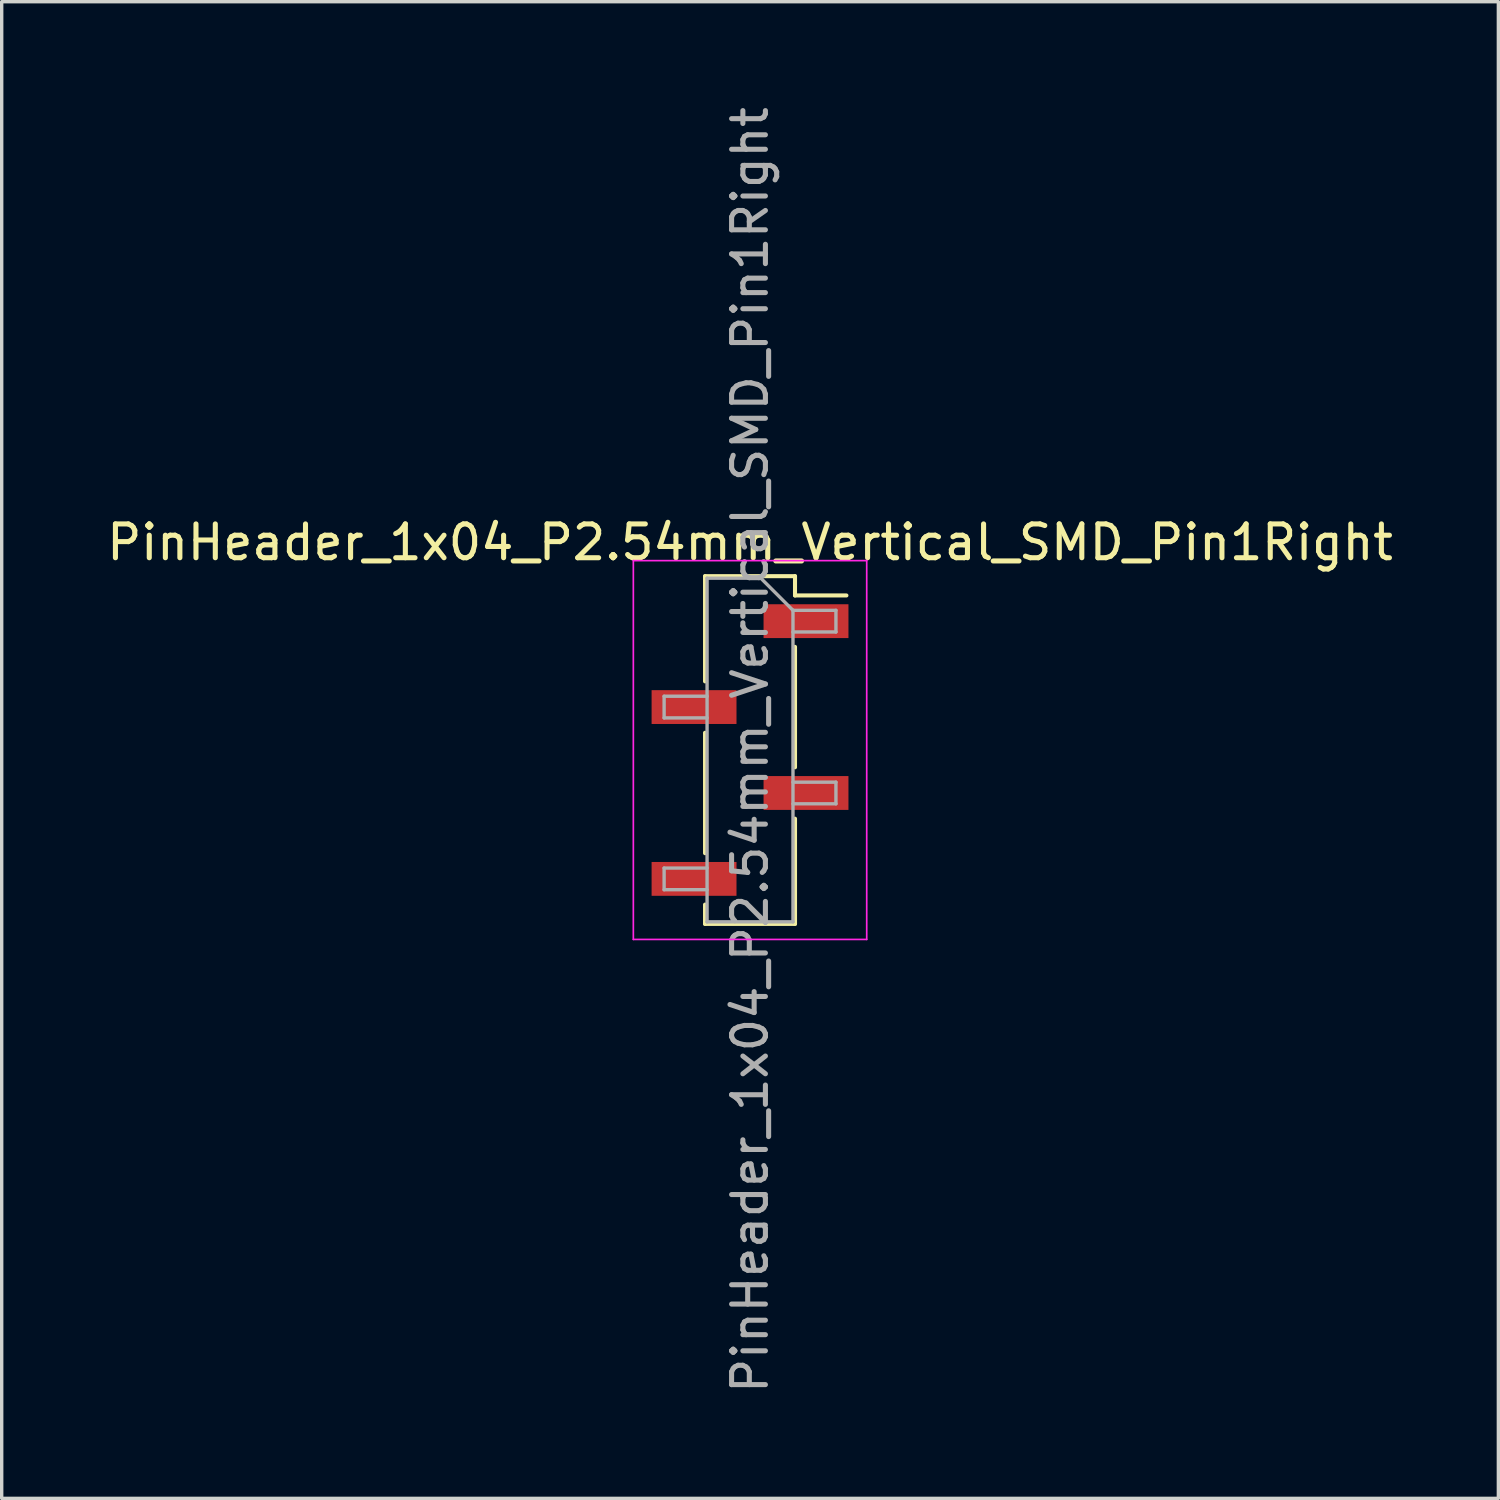
<source format=kicad_pcb>
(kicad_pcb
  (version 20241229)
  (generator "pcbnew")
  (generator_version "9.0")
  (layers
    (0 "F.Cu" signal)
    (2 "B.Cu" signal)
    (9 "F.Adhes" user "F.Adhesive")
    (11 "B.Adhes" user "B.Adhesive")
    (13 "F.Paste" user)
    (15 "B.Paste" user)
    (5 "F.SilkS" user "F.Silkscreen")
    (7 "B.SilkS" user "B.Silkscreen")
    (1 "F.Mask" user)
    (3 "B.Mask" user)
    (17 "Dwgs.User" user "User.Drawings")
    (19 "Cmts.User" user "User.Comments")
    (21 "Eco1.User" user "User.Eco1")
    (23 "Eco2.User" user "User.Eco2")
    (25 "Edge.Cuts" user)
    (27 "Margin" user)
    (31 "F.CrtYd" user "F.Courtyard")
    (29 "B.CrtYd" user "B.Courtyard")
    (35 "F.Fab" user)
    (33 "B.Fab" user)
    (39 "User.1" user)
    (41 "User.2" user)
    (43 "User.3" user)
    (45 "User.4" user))
  (footprint "PinHeader_1x04_P2.54mm_Vertical_SMD_Pin1Right"
    (layer "F.Cu")
    (at 19.125 19.125)
    (property "Reference" "PinHeader_1x04_P2.54mm_Vertical_SMD_Pin1Right" (at 0 -6.14 0) (layer "F.SilkS") (effects (font (size 1 1) (thickness 0.15))))
    (attr smd)
    (fp_line (start -1.33 -5.14) (end -1.33 -2.03) (stroke (width 0.12) (type solid)) (layer "F.SilkS"))
    (fp_line (start -1.33 -5.14) (end 1.33 -5.14) (stroke (width 0.12) (type solid)) (layer "F.SilkS"))
    (fp_line (start -1.33 -0.51) (end -1.33 3.05) (stroke (width 0.12) (type solid)) (layer "F.SilkS"))
    (fp_line (start -1.33 4.57) (end -1.33 5.14) (stroke (width 0.12) (type solid)) (layer "F.SilkS"))
    (fp_line (start -1.33 5.14) (end 1.33 5.14) (stroke (width 0.12) (type solid)) (layer "F.SilkS"))
    (fp_line (start 1.33 -5.14) (end 1.33 -4.57) (stroke (width 0.12) (type solid)) (layer "F.SilkS"))
    (fp_line (start 1.33 -4.57) (end 2.85 -4.57) (stroke (width 0.12) (type solid)) (layer "F.SilkS"))
    (fp_line (start 1.33 -3.05) (end 1.33 0.51) (stroke (width 0.12) (type solid)) (layer "F.SilkS"))
    (fp_line (start 1.33 2.03) (end 1.33 5.14) (stroke (width 0.12) (type solid)) (layer "F.SilkS"))
    (fp_line (start -3.45 -5.6) (end -3.45 5.6) (stroke (width 0.05) (type solid)) (layer "F.CrtYd"))
    (fp_line (start -3.45 5.6) (end 3.45 5.6) (stroke (width 0.05) (type solid)) (layer "F.CrtYd"))
    (fp_line (start 3.45 -5.6) (end -3.45 -5.6) (stroke (width 0.05) (type solid)) (layer "F.CrtYd"))
    (fp_line (start 3.45 5.6) (end 3.45 -5.6) (stroke (width 0.05) (type solid)) (layer "F.CrtYd"))
    (fp_line (start -2.54 -1.59) (end -2.54 -0.95) (stroke (width 0.1) (type solid)) (layer "F.Fab"))
    (fp_line (start -2.54 -0.95) (end -1.27 -0.95) (stroke (width 0.1) (type solid)) (layer "F.Fab"))
    (fp_line (start -2.54 3.49) (end -2.54 4.13) (stroke (width 0.1) (type solid)) (layer "F.Fab"))
    (fp_line (start -2.54 4.13) (end -1.27 4.13) (stroke (width 0.1) (type solid)) (layer "F.Fab"))
    (fp_line (start -1.27 -5.08) (end -1.27 5.08) (stroke (width 0.1) (type solid)) (layer "F.Fab"))
    (fp_line (start -1.27 -5.08) (end 0.32 -5.08) (stroke (width 0.1) (type solid)) (layer "F.Fab"))
    (fp_line (start -1.27 -1.59) (end -2.54 -1.59) (stroke (width 0.1) (type solid)) (layer "F.Fab"))
    (fp_line (start -1.27 3.49) (end -2.54 3.49) (stroke (width 0.1) (type solid)) (layer "F.Fab"))
    (fp_line (start 1.27 -4.13) (end 0.32 -5.08) (stroke (width 0.1) (type solid)) (layer "F.Fab"))
    (fp_line (start 1.27 -4.13) (end 2.54 -4.13) (stroke (width 0.1) (type solid)) (layer "F.Fab"))
    (fp_line (start 1.27 0.95) (end 2.54 0.95) (stroke (width 0.1) (type solid)) (layer "F.Fab"))
    (fp_line (start 1.27 5.08) (end -1.27 5.08) (stroke (width 0.1) (type solid)) (layer "F.Fab"))
    (fp_line (start 1.27 5.08) (end 1.27 -4.13) (stroke (width 0.1) (type solid)) (layer "F.Fab"))
    (fp_line (start 2.54 -4.13) (end 2.54 -3.49) (stroke (width 0.1) (type solid)) (layer "F.Fab"))
    (fp_line (start 2.54 -3.49) (end 1.27 -3.49) (stroke (width 0.1) (type solid)) (layer "F.Fab"))
    (fp_line (start 2.54 0.95) (end 2.54 1.59) (stroke (width 0.1) (type solid)) (layer "F.Fab"))
    (fp_line (start 2.54 1.59) (end 1.27 1.59) (stroke (width 0.1) (type solid)) (layer "F.Fab"))
    (fp_text user "${REFERENCE}" (at 0 0 90) (layer "F.Fab") (effects (font (size 1 1) (thickness 0.15))))
    (pad "1" smd rect (at 1.655 -3.81) (size 2.51 1) (layers "F.Cu" "F.Mask" "F.Paste"))
    (pad "2" smd rect (at -1.655 -1.27) (size 2.51 1) (layers "F.Cu" "F.Mask" "F.Paste"))
    (pad "3" smd rect (at 1.655 1.27) (size 2.51 1) (layers "F.Cu" "F.Mask" "F.Paste"))
    (pad "4" smd rect (at -1.655 3.81) (size 2.51 1) (layers "F.Cu" "F.Mask" "F.Paste")))
  (gr_rect
    (start -3 -3)
    (end 41.25 41.25)
    (stroke (width 0.1) (type default))
    (fill no)
    (layer "Edge.Cuts")))
</source>
